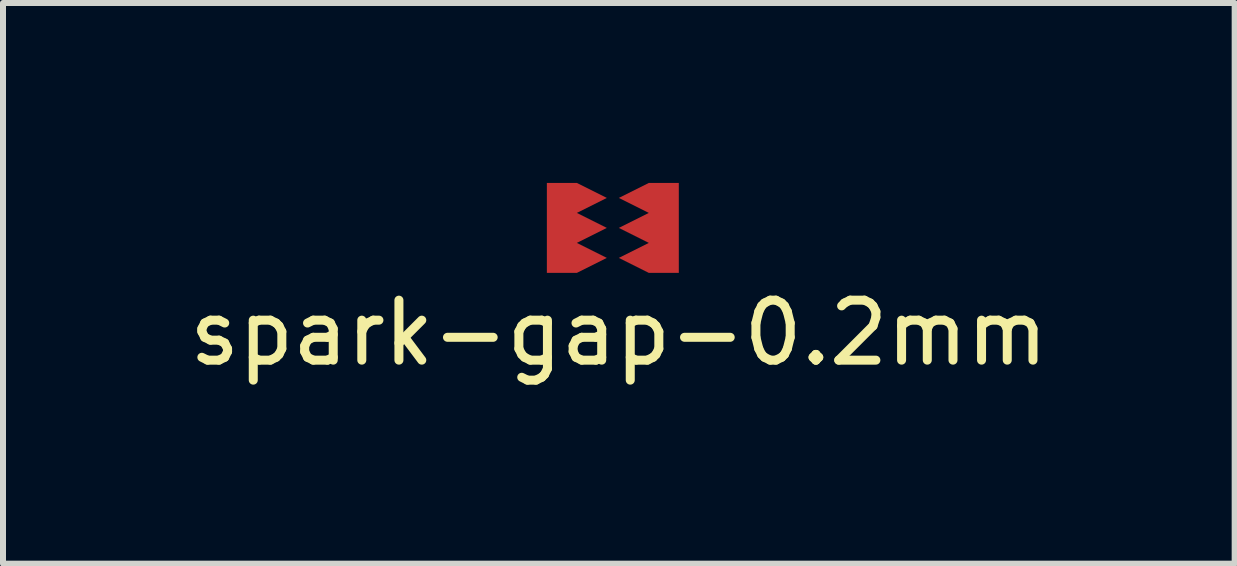
<source format=kicad_pcb>
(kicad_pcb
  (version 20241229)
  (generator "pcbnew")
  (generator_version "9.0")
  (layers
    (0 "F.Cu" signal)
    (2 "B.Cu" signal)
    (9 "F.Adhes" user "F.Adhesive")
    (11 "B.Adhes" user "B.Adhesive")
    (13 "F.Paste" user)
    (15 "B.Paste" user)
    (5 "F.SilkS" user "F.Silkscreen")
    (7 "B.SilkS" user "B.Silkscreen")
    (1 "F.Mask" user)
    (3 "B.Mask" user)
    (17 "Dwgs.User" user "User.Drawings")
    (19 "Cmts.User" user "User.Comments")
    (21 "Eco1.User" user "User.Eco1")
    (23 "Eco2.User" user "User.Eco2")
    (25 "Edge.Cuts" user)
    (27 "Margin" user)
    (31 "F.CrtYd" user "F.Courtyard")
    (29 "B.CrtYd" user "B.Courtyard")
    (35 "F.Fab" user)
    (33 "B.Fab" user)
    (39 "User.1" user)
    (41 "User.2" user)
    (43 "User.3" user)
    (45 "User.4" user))
  (footprint "spark-gap-0.2mm"
    (layer "F.Cu")
    (at 7.168 0.85)
    (property "Reference" "spark-gap-0.2mm" (at 0.1 1.65 0) (layer "F.SilkS") (effects (font (size 1 1) (thickness 0.15))))
    (attr through_hole)
    (fp_poly (pts (xy 0.7 -0.85) (xy -0.7 -0.85) (xy -0.7 0.65) (xy 0.7 0.65)) (stroke (width 0) (type solid)) (fill yes) (layer "F.Mask"))
    (pad "1" smd custom (at -0.85 -0.1 180) (size 0.5 1.5) (layers "F.Cu" "F.Mask") (options (anchor rect)) (primitives (gr_poly (pts (xy -0.75 0) (xy -0.25 -0.25) (xy -0.75 -0.5) (xy -0.25 -0.75) (xy 0.25 -0.75) (xy 0.25 0.75) (xy -0.25 0.75) (xy -0.75 0.5) (xy -0.25 0.25)) (width 0) (fill yes))))
    (pad "2" smd custom (at 0.85 -0.1) (size 0.5 1.5) (layers "F.Cu" "F.Mask") (options (anchor rect)) (primitives (gr_poly (pts (xy -0.75 0) (xy -0.25 -0.25) (xy -0.75 -0.5) (xy -0.25 -0.75) (xy 0.25 -0.75) (xy 0.25 0.75) (xy -0.25 0.75) (xy -0.75 0.5) (xy -0.25 0.25)) (width 0) (fill yes)))))
  (gr_rect
    (start -3 -3)
    (end 17.536 6.348)
    (stroke (width 0.1) (type default))
    (fill no)
    (layer "Edge.Cuts")))
</source>
